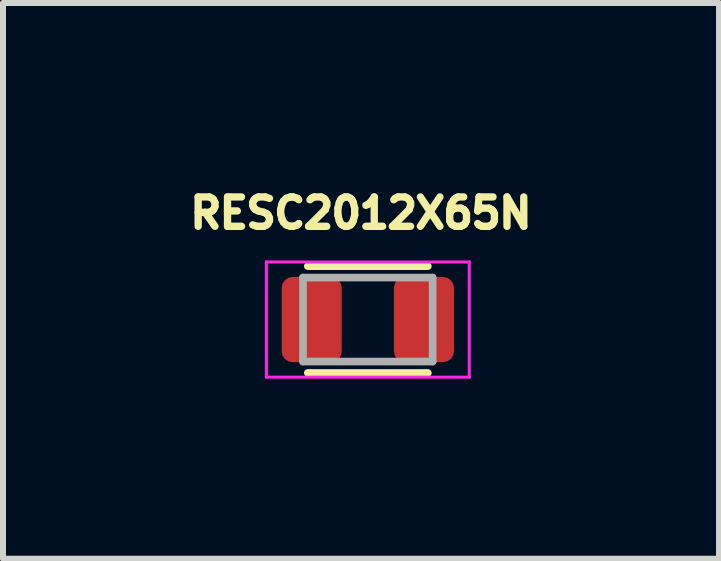
<source format=kicad_pcb>
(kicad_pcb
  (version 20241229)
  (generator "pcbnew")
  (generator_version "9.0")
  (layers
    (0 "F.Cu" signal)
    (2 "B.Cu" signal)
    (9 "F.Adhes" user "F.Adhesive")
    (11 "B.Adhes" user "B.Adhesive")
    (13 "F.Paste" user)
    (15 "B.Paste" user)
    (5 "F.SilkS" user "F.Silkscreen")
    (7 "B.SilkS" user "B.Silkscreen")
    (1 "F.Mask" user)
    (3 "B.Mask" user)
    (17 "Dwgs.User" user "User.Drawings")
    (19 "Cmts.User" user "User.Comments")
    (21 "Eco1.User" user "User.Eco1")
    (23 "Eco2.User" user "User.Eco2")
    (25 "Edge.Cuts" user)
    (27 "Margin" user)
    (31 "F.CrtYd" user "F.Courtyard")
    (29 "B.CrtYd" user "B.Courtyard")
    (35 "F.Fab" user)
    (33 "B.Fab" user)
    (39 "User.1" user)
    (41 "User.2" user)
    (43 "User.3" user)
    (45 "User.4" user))
  (footprint "RESC2012X65N"
    (layer "F.Cu")
    (at 3.079 2.275)
    (property "Reference" "RESC2012X65N" (at -0.114 -1.774 0) (layer "F.SilkS") (effects (font (size 0.489 0.489) (thickness 0.15))))
    (attr through_hole)
    (fp_line (start -1 -0.89) (end 1 -0.89) (stroke (width 0.127) (type solid)) (layer "F.SilkS"))
    (fp_line (start -1 0.89) (end 1 0.89) (stroke (width 0.127) (type solid)) (layer "F.SilkS"))
    (fp_line (start -1.69 -0.96) (end 1.69 -0.96) (stroke (width 0.05) (type solid)) (layer "F.CrtYd"))
    (fp_line (start -1.69 0.96) (end -1.69 -0.96) (stroke (width 0.05) (type solid)) (layer "F.CrtYd"))
    (fp_line (start 1.69 -0.96) (end 1.69 0.96) (stroke (width 0.05) (type solid)) (layer "F.CrtYd"))
    (fp_line (start 1.69 0.96) (end -1.69 0.96) (stroke (width 0.05) (type solid)) (layer "F.CrtYd"))
    (fp_line (start -1.08 -0.7) (end -1.08 0.7) (stroke (width 0.127) (type solid)) (layer "F.Fab"))
    (fp_line (start -1.08 -0.7) (end 1.08 -0.7) (stroke (width 0.127) (type solid)) (layer "F.Fab"))
    (fp_line (start -1.08 0.7) (end 1.08 0.7) (stroke (width 0.127) (type solid)) (layer "F.Fab"))
    (fp_line (start 1.08 -0.7) (end 1.08 0.7) (stroke (width 0.127) (type solid)) (layer "F.Fab"))
    (pad "1" smd roundrect (at -0.935 0) (size 1 1.42) (layers "F.Cu" "F.Mask" "F.Paste") (roundrect_rratio 0.18))
    (pad "2" smd roundrect (at 0.935 0) (size 1 1.42) (layers "F.Cu" "F.Mask" "F.Paste") (roundrect_rratio 0.18)))
  (gr_rect
    (start -3 -3)
    (end 8.931 6.26)
    (stroke (width 0.1) (type default))
    (fill no)
    (layer "Edge.Cuts")))
</source>
